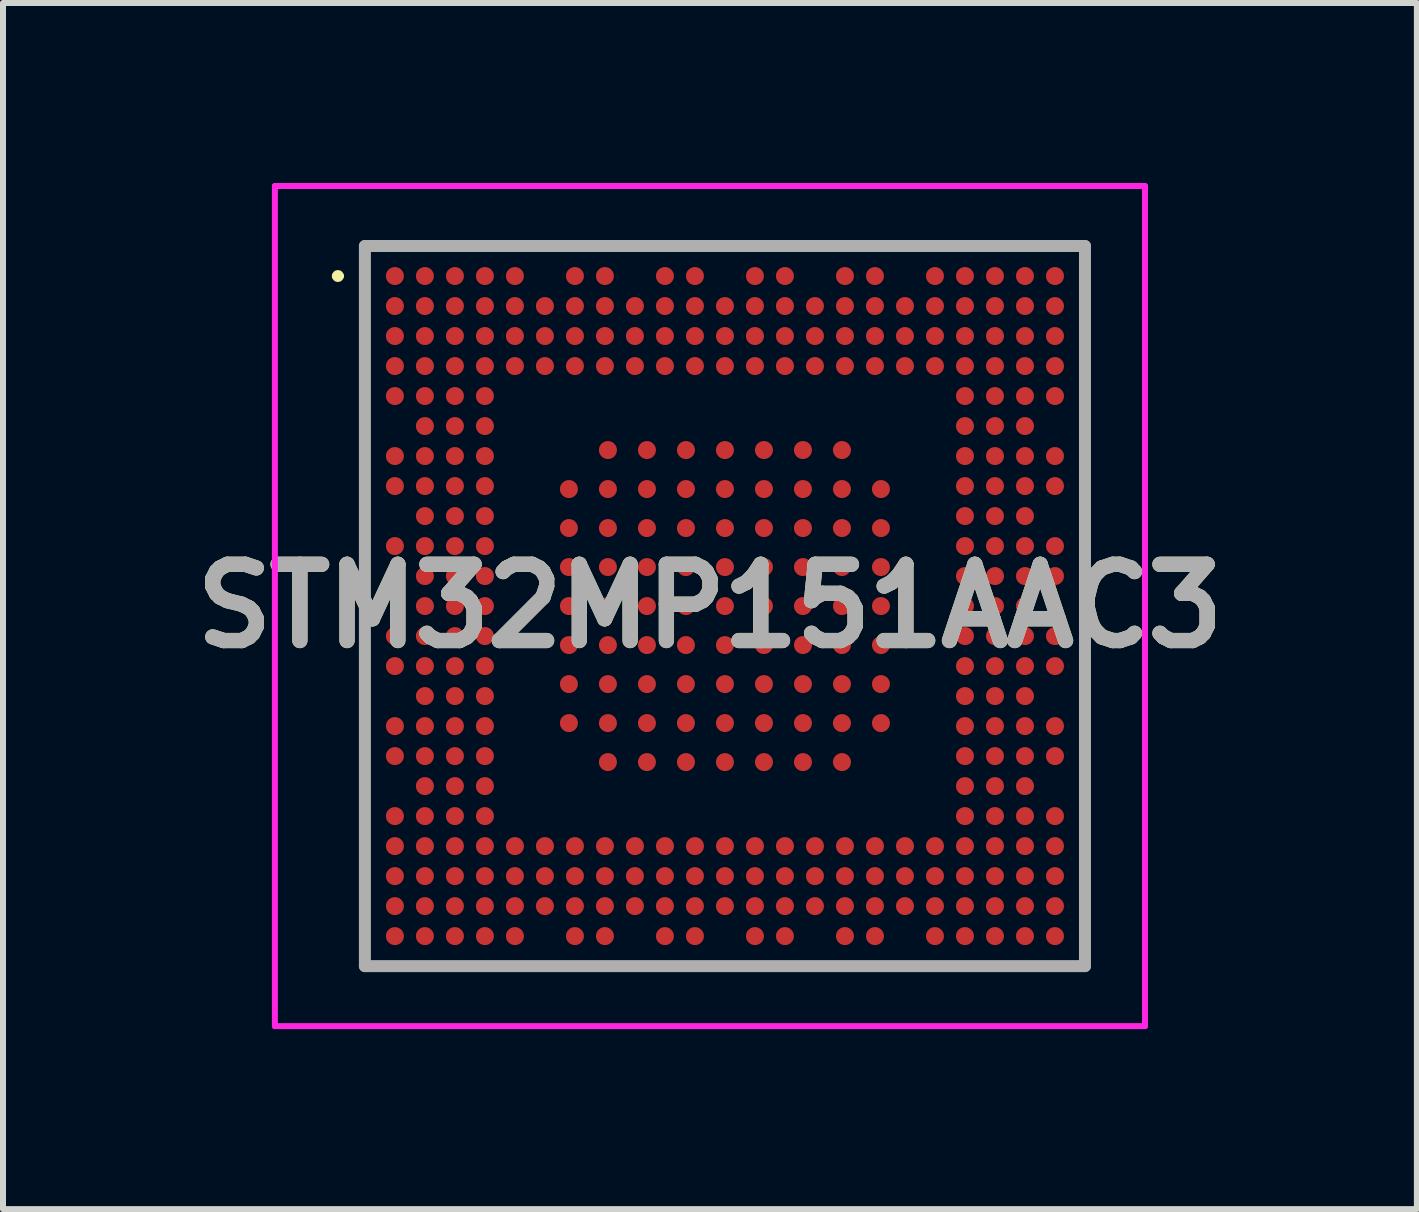
<source format=kicad_pcb>
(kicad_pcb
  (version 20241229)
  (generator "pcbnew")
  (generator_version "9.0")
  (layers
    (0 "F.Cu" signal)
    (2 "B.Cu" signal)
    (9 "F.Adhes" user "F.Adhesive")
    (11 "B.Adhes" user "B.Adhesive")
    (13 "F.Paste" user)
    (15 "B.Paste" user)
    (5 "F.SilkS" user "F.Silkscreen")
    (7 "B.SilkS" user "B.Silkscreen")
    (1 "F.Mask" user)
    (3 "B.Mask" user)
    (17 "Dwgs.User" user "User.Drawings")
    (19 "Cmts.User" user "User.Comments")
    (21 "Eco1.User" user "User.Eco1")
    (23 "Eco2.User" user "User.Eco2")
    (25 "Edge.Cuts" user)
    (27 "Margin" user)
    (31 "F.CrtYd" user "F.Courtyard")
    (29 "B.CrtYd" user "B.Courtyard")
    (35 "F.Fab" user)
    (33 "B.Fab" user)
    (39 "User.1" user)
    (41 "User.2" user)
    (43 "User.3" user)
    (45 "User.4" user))
  (footprint "STM32MP151AAC3"
    (layer "F.Cu")
    (at 9.031 7.05)
    (property "Reference" "STM32MP151AAC3" (at -0.25 0 0) (layer "F.SilkS") (effects (font (size 1.27 1.27) (thickness 0.254))))
    (attr smd)
    (fp_line (start -6.5 -5.5) (end -6.5 -5.5) (stroke (width 0.1) (type solid)) (layer "F.SilkS"))
    (fp_line (start -6.4 -5.5) (end -6.4 -5.5) (stroke (width 0.1) (type solid)) (layer "F.SilkS"))
    (fp_arc (start -6.5 -5.5) (mid -6.45 -5.55) (end -6.4 -5.5) (stroke (width 0.1) (type solid)) (layer "F.SilkS"))
    (fp_arc (start -6.4 -5.5) (mid -6.45 -5.45) (end -6.5 -5.5) (stroke (width 0.1) (type solid)) (layer "F.SilkS"))
    (fp_line (start -7.5 -7) (end -7.5 7) (stroke (width 0.1) (type solid)) (layer "F.CrtYd"))
    (fp_line (start -7.5 7) (end 7 7) (stroke (width 0.1) (type solid)) (layer "F.CrtYd"))
    (fp_line (start 7 -7) (end -7.5 -7) (stroke (width 0.1) (type solid)) (layer "F.CrtYd"))
    (fp_line (start 7 7) (end 7 -7) (stroke (width 0.1) (type solid)) (layer "F.CrtYd"))
    (fp_line (start -6 -6) (end -6 6) (stroke (width 0.2) (type solid)) (layer "F.Fab"))
    (fp_line (start -6 6) (end 6 6) (stroke (width 0.2) (type solid)) (layer "F.Fab"))
    (fp_line (start 6 -6) (end -6 -6) (stroke (width 0.2) (type solid)) (layer "F.Fab"))
    (fp_line (start 6 6) (end 6 -6) (stroke (width 0.2) (type solid)) (layer "F.Fab"))
    (fp_text user "${REFERENCE}" (at -0.25 0 0) (layer "F.Fab") (effects (font (size 1.27 1.27) (thickness 0.254))))
    (pad "A1" smd circle (at -5.5 -5.5 90) (size 0.3 0.3) (layers "F.Cu" "F.Mask" "F.Paste"))
    (pad "A2" smd circle (at -5 -5.5 90) (size 0.3 0.3) (layers "F.Cu" "F.Mask" "F.Paste"))
    (pad "A3" smd circle (at -4.5 -5.5 90) (size 0.3 0.3) (layers "F.Cu" "F.Mask" "F.Paste"))
    (pad "A4" smd circle (at -4 -5.5 90) (size 0.3 0.3) (layers "F.Cu" "F.Mask" "F.Paste"))
    (pad "A5" smd circle (at -3.5 -5.5 90) (size 0.3 0.3) (layers "F.Cu" "F.Mask" "F.Paste"))
    (pad "A7" smd circle (at -2.5 -5.5 90) (size 0.3 0.3) (layers "F.Cu" "F.Mask" "F.Paste"))
    (pad "A8" smd circle (at -2 -5.5 90) (size 0.3 0.3) (layers "F.Cu" "F.Mask" "F.Paste"))
    (pad "A10" smd circle (at -1 -5.5 90) (size 0.3 0.3) (layers "F.Cu" "F.Mask" "F.Paste"))
    (pad "A11" smd circle (at -0.5 -5.5 90) (size 0.3 0.3) (layers "F.Cu" "F.Mask" "F.Paste"))
    (pad "A13" smd circle (at 0.5 -5.5 90) (size 0.3 0.3) (layers "F.Cu" "F.Mask" "F.Paste"))
    (pad "A14" smd circle (at 1 -5.5 90) (size 0.3 0.3) (layers "F.Cu" "F.Mask" "F.Paste"))
    (pad "A16" smd circle (at 2 -5.5 90) (size 0.3 0.3) (layers "F.Cu" "F.Mask" "F.Paste"))
    (pad "A17" smd circle (at 2.5 -5.5 90) (size 0.3 0.3) (layers "F.Cu" "F.Mask" "F.Paste"))
    (pad "A19" smd circle (at 3.5 -5.5 90) (size 0.3 0.3) (layers "F.Cu" "F.Mask" "F.Paste"))
    (pad "A20" smd circle (at 4 -5.5 90) (size 0.3 0.3) (layers "F.Cu" "F.Mask" "F.Paste"))
    (pad "A21" smd circle (at 4.5 -5.5 90) (size 0.3 0.3) (layers "F.Cu" "F.Mask" "F.Paste"))
    (pad "A22" smd circle (at 5 -5.5 90) (size 0.3 0.3) (layers "F.Cu" "F.Mask" "F.Paste"))
    (pad "A23" smd circle (at 5.5 -5.5 90) (size 0.3 0.3) (layers "F.Cu" "F.Mask" "F.Paste"))
    (pad "AA1" smd circle (at -5.5 4.5 90) (size 0.3 0.3) (layers "F.Cu" "F.Mask" "F.Paste"))
    (pad "AA2" smd circle (at -5 4.5 90) (size 0.3 0.3) (layers "F.Cu" "F.Mask" "F.Paste"))
    (pad "AA3" smd circle (at -4.5 4.5 90) (size 0.3 0.3) (layers "F.Cu" "F.Mask" "F.Paste"))
    (pad "AA4" smd circle (at -4 4.5 90) (size 0.3 0.3) (layers "F.Cu" "F.Mask" "F.Paste"))
    (pad "AA5" smd circle (at -3.5 4.5 90) (size 0.3 0.3) (layers "F.Cu" "F.Mask" "F.Paste"))
    (pad "AA6" smd circle (at -3 4.5 90) (size 0.3 0.3) (layers "F.Cu" "F.Mask" "F.Paste"))
    (pad "AA7" smd circle (at -2.5 4.5 90) (size 0.3 0.3) (layers "F.Cu" "F.Mask" "F.Paste"))
    (pad "AA8" smd circle (at -2 4.5 90) (size 0.3 0.3) (layers "F.Cu" "F.Mask" "F.Paste"))
    (pad "AA9" smd circle (at -1.5 4.5 90) (size 0.3 0.3) (layers "F.Cu" "F.Mask" "F.Paste"))
    (pad "AA10" smd circle (at -1 4.5 90) (size 0.3 0.3) (layers "F.Cu" "F.Mask" "F.Paste"))
    (pad "AA11" smd circle (at -0.5 4.5 90) (size 0.3 0.3) (layers "F.Cu" "F.Mask" "F.Paste"))
    (pad "AA12" smd circle (at 0 4.5 90) (size 0.3 0.3) (layers "F.Cu" "F.Mask" "F.Paste"))
    (pad "AA13" smd circle (at 0.5 4.5 90) (size 0.3 0.3) (layers "F.Cu" "F.Mask" "F.Paste"))
    (pad "AA14" smd circle (at 1 4.5 90) (size 0.3 0.3) (layers "F.Cu" "F.Mask" "F.Paste"))
    (pad "AA15" smd circle (at 1.5 4.5 90) (size 0.3 0.3) (layers "F.Cu" "F.Mask" "F.Paste"))
    (pad "AA16" smd circle (at 2 4.5 90) (size 0.3 0.3) (layers "F.Cu" "F.Mask" "F.Paste"))
    (pad "AA17" smd circle (at 2.5 4.5 90) (size 0.3 0.3) (layers "F.Cu" "F.Mask" "F.Paste"))
    (pad "AA18" smd circle (at 3 4.5 90) (size 0.3 0.3) (layers "F.Cu" "F.Mask" "F.Paste"))
    (pad "AA19" smd circle (at 3.5 4.5 90) (size 0.3 0.3) (layers "F.Cu" "F.Mask" "F.Paste"))
    (pad "AA20" smd circle (at 4 4.5 90) (size 0.3 0.3) (layers "F.Cu" "F.Mask" "F.Paste"))
    (pad "AA21" smd circle (at 4.5 4.5 90) (size 0.3 0.3) (layers "F.Cu" "F.Mask" "F.Paste"))
    (pad "AA22" smd circle (at 5 4.5 90) (size 0.3 0.3) (layers "F.Cu" "F.Mask" "F.Paste"))
    (pad "AA23" smd circle (at 5.5 4.5 90) (size 0.3 0.3) (layers "F.Cu" "F.Mask" "F.Paste"))
    (pad "AB1" smd circle (at -5.5 5 90) (size 0.3 0.3) (layers "F.Cu" "F.Mask" "F.Paste"))
    (pad "AB2" smd circle (at -5 5 90) (size 0.3 0.3) (layers "F.Cu" "F.Mask" "F.Paste"))
    (pad "AB3" smd circle (at -4.5 5 90) (size 0.3 0.3) (layers "F.Cu" "F.Mask" "F.Paste"))
    (pad "AB4" smd circle (at -4 5 90) (size 0.3 0.3) (layers "F.Cu" "F.Mask" "F.Paste"))
    (pad "AB5" smd circle (at -3.5 5 90) (size 0.3 0.3) (layers "F.Cu" "F.Mask" "F.Paste"))
    (pad "AB6" smd circle (at -3 5 90) (size 0.3 0.3) (layers "F.Cu" "F.Mask" "F.Paste"))
    (pad "AB7" smd circle (at -2.5 5 90) (size 0.3 0.3) (layers "F.Cu" "F.Mask" "F.Paste"))
    (pad "AB8" smd circle (at -2 5 90) (size 0.3 0.3) (layers "F.Cu" "F.Mask" "F.Paste"))
    (pad "AB9" smd circle (at -1.5 5 90) (size 0.3 0.3) (layers "F.Cu" "F.Mask" "F.Paste"))
    (pad "AB10" smd circle (at -1 5 90) (size 0.3 0.3) (layers "F.Cu" "F.Mask" "F.Paste"))
    (pad "AB11" smd circle (at -0.5 5 90) (size 0.3 0.3) (layers "F.Cu" "F.Mask" "F.Paste"))
    (pad "AB12" smd circle (at 0 5 90) (size 0.3 0.3) (layers "F.Cu" "F.Mask" "F.Paste"))
    (pad "AB13" smd circle (at 0.5 5 90) (size 0.3 0.3) (layers "F.Cu" "F.Mask" "F.Paste"))
    (pad "AB14" smd circle (at 1 5 90) (size 0.3 0.3) (layers "F.Cu" "F.Mask" "F.Paste"))
    (pad "AB15" smd circle (at 1.5 5 90) (size 0.3 0.3) (layers "F.Cu" "F.Mask" "F.Paste"))
    (pad "AB16" smd circle (at 2 5 90) (size 0.3 0.3) (layers "F.Cu" "F.Mask" "F.Paste"))
    (pad "AB17" smd circle (at 2.5 5 90) (size 0.3 0.3) (layers "F.Cu" "F.Mask" "F.Paste"))
    (pad "AB18" smd circle (at 3 5 90) (size 0.3 0.3) (layers "F.Cu" "F.Mask" "F.Paste"))
    (pad "AB19" smd circle (at 3.5 5 90) (size 0.3 0.3) (layers "F.Cu" "F.Mask" "F.Paste"))
    (pad "AB20" smd circle (at 4 5 90) (size 0.3 0.3) (layers "F.Cu" "F.Mask" "F.Paste"))
    (pad "AB21" smd circle (at 4.5 5 90) (size 0.3 0.3) (layers "F.Cu" "F.Mask" "F.Paste"))
    (pad "AB22" smd circle (at 5 5 90) (size 0.3 0.3) (layers "F.Cu" "F.Mask" "F.Paste"))
    (pad "AB23" smd circle (at 5.5 5 90) (size 0.3 0.3) (layers "F.Cu" "F.Mask" "F.Paste"))
    (pad "AC1" smd circle (at -5.5 5.5 90) (size 0.3 0.3) (layers "F.Cu" "F.Mask" "F.Paste"))
    (pad "AC2" smd circle (at -5 5.5 90) (size 0.3 0.3) (layers "F.Cu" "F.Mask" "F.Paste"))
    (pad "AC3" smd circle (at -4.5 5.5 90) (size 0.3 0.3) (layers "F.Cu" "F.Mask" "F.Paste"))
    (pad "AC4" smd circle (at -4 5.5 90) (size 0.3 0.3) (layers "F.Cu" "F.Mask" "F.Paste"))
    (pad "AC5" smd circle (at -3.5 5.5 90) (size 0.3 0.3) (layers "F.Cu" "F.Mask" "F.Paste"))
    (pad "AC7" smd circle (at -2.5 5.5 90) (size 0.3 0.3) (layers "F.Cu" "F.Mask" "F.Paste"))
    (pad "AC8" smd circle (at -2 5.5 90) (size 0.3 0.3) (layers "F.Cu" "F.Mask" "F.Paste"))
    (pad "AC10" smd circle (at -1 5.5 90) (size 0.3 0.3) (layers "F.Cu" "F.Mask" "F.Paste"))
    (pad "AC11" smd circle (at -0.5 5.5 90) (size 0.3 0.3) (layers "F.Cu" "F.Mask" "F.Paste"))
    (pad "AC13" smd circle (at 0.5 5.5 90) (size 0.3 0.3) (layers "F.Cu" "F.Mask" "F.Paste"))
    (pad "AC14" smd circle (at 1 5.5 90) (size 0.3 0.3) (layers "F.Cu" "F.Mask" "F.Paste"))
    (pad "AC16" smd circle (at 2 5.5 90) (size 0.3 0.3) (layers "F.Cu" "F.Mask" "F.Paste"))
    (pad "AC17" smd circle (at 2.5 5.5 90) (size 0.3 0.3) (layers "F.Cu" "F.Mask" "F.Paste"))
    (pad "AC19" smd circle (at 3.5 5.5 90) (size 0.3 0.3) (layers "F.Cu" "F.Mask" "F.Paste"))
    (pad "AC20" smd circle (at 4 5.5 90) (size 0.3 0.3) (layers "F.Cu" "F.Mask" "F.Paste"))
    (pad "AC21" smd circle (at 4.5 5.5 90) (size 0.3 0.3) (layers "F.Cu" "F.Mask" "F.Paste"))
    (pad "AC22" smd circle (at 5 5.5 90) (size 0.3 0.3) (layers "F.Cu" "F.Mask" "F.Paste"))
    (pad "AC23" smd circle (at 5.5 5.5 90) (size 0.3 0.3) (layers "F.Cu" "F.Mask" "F.Paste"))
    (pad "B1" smd circle (at -5.5 -5 90) (size 0.3 0.3) (layers "F.Cu" "F.Mask" "F.Paste"))
    (pad "B2" smd circle (at -5 -5 90) (size 0.3 0.3) (layers "F.Cu" "F.Mask" "F.Paste"))
    (pad "B3" smd circle (at -4.5 -5 90) (size 0.3 0.3) (layers "F.Cu" "F.Mask" "F.Paste"))
    (pad "B4" smd circle (at -4 -5 90) (size 0.3 0.3) (layers "F.Cu" "F.Mask" "F.Paste"))
    (pad "B5" smd circle (at -3.5 -5 90) (size 0.3 0.3) (layers "F.Cu" "F.Mask" "F.Paste"))
    (pad "B6" smd circle (at -3 -5 90) (size 0.3 0.3) (layers "F.Cu" "F.Mask" "F.Paste"))
    (pad "B7" smd circle (at -2.5 -5 90) (size 0.3 0.3) (layers "F.Cu" "F.Mask" "F.Paste"))
    (pad "B8" smd circle (at -2 -5 90) (size 0.3 0.3) (layers "F.Cu" "F.Mask" "F.Paste"))
    (pad "B9" smd circle (at -1.5 -5 90) (size 0.3 0.3) (layers "F.Cu" "F.Mask" "F.Paste"))
    (pad "B10" smd circle (at -1 -5 90) (size 0.3 0.3) (layers "F.Cu" "F.Mask" "F.Paste"))
    (pad "B11" smd circle (at -0.5 -5 90) (size 0.3 0.3) (layers "F.Cu" "F.Mask" "F.Paste"))
    (pad "B12" smd circle (at 0 -5 90) (size 0.3 0.3) (layers "F.Cu" "F.Mask" "F.Paste"))
    (pad "B13" smd circle (at 0.5 -5 90) (size 0.3 0.3) (layers "F.Cu" "F.Mask" "F.Paste"))
    (pad "B14" smd circle (at 1 -5 90) (size 0.3 0.3) (layers "F.Cu" "F.Mask" "F.Paste"))
    (pad "B15" smd circle (at 1.5 -5 90) (size 0.3 0.3) (layers "F.Cu" "F.Mask" "F.Paste"))
    (pad "B16" smd circle (at 2 -5 90) (size 0.3 0.3) (layers "F.Cu" "F.Mask" "F.Paste"))
    (pad "B17" smd circle (at 2.5 -5 90) (size 0.3 0.3) (layers "F.Cu" "F.Mask" "F.Paste"))
    (pad "B18" smd circle (at 3 -5 90) (size 0.3 0.3) (layers "F.Cu" "F.Mask" "F.Paste"))
    (pad "B19" smd circle (at 3.5 -5 90) (size 0.3 0.3) (layers "F.Cu" "F.Mask" "F.Paste"))
    (pad "B20" smd circle (at 4 -5 90) (size 0.3 0.3) (layers "F.Cu" "F.Mask" "F.Paste"))
    (pad "B21" smd circle (at 4.5 -5 90) (size 0.3 0.3) (layers "F.Cu" "F.Mask" "F.Paste"))
    (pad "B22" smd circle (at 5 -5 90) (size 0.3 0.3) (layers "F.Cu" "F.Mask" "F.Paste"))
    (pad "B23" smd circle (at 5.5 -5 90) (size 0.3 0.3) (layers "F.Cu" "F.Mask" "F.Paste"))
    (pad "C1" smd circle (at -5.5 -4.5 90) (size 0.3 0.3) (layers "F.Cu" "F.Mask" "F.Paste"))
    (pad "C2" smd circle (at -5 -4.5 90) (size 0.3 0.3) (layers "F.Cu" "F.Mask" "F.Paste"))
    (pad "C3" smd circle (at -4.5 -4.5 90) (size 0.3 0.3) (layers "F.Cu" "F.Mask" "F.Paste"))
    (pad "C4" smd circle (at -4 -4.5 90) (size 0.3 0.3) (layers "F.Cu" "F.Mask" "F.Paste"))
    (pad "C5" smd circle (at -3.5 -4.5 90) (size 0.3 0.3) (layers "F.Cu" "F.Mask" "F.Paste"))
    (pad "C6" smd circle (at -3 -4.5 90) (size 0.3 0.3) (layers "F.Cu" "F.Mask" "F.Paste"))
    (pad "C7" smd circle (at -2.5 -4.5 90) (size 0.3 0.3) (layers "F.Cu" "F.Mask" "F.Paste"))
    (pad "C8" smd circle (at -2 -4.5 90) (size 0.3 0.3) (layers "F.Cu" "F.Mask" "F.Paste"))
    (pad "C9" smd circle (at -1.5 -4.5 90) (size 0.3 0.3) (layers "F.Cu" "F.Mask" "F.Paste"))
    (pad "C10" smd circle (at -1 -4.5 90) (size 0.3 0.3) (layers "F.Cu" "F.Mask" "F.Paste"))
    (pad "C11" smd circle (at -0.5 -4.5 90) (size 0.3 0.3) (layers "F.Cu" "F.Mask" "F.Paste"))
    (pad "C12" smd circle (at 0 -4.5 90) (size 0.3 0.3) (layers "F.Cu" "F.Mask" "F.Paste"))
    (pad "C13" smd circle (at 0.5 -4.5 90) (size 0.3 0.3) (layers "F.Cu" "F.Mask" "F.Paste"))
    (pad "C14" smd circle (at 1 -4.5 90) (size 0.3 0.3) (layers "F.Cu" "F.Mask" "F.Paste"))
    (pad "C15" smd circle (at 1.5 -4.5 90) (size 0.3 0.3) (layers "F.Cu" "F.Mask" "F.Paste"))
    (pad "C16" smd circle (at 2 -4.5 90) (size 0.3 0.3) (layers "F.Cu" "F.Mask" "F.Paste"))
    (pad "C17" smd circle (at 2.5 -4.5 90) (size 0.3 0.3) (layers "F.Cu" "F.Mask" "F.Paste"))
    (pad "C18" smd circle (at 3 -4.5 90) (size 0.3 0.3) (layers "F.Cu" "F.Mask" "F.Paste"))
    (pad "C19" smd circle (at 3.5 -4.5 90) (size 0.3 0.3) (layers "F.Cu" "F.Mask" "F.Paste"))
    (pad "C20" smd circle (at 4 -4.5 90) (size 0.3 0.3) (layers "F.Cu" "F.Mask" "F.Paste"))
    (pad "C21" smd circle (at 4.5 -4.5 90) (size 0.3 0.3) (layers "F.Cu" "F.Mask" "F.Paste"))
    (pad "C22" smd circle (at 5 -4.5 90) (size 0.3 0.3) (layers "F.Cu" "F.Mask" "F.Paste"))
    (pad "C23" smd circle (at 5.5 -4.5 90) (size 0.3 0.3) (layers "F.Cu" "F.Mask" "F.Paste"))
    (pad "D1" smd circle (at -5.5 -4 90) (size 0.3 0.3) (layers "F.Cu" "F.Mask" "F.Paste"))
    (pad "D2" smd circle (at -5 -4 90) (size 0.3 0.3) (layers "F.Cu" "F.Mask" "F.Paste"))
    (pad "D3" smd circle (at -4.5 -4 90) (size 0.3 0.3) (layers "F.Cu" "F.Mask" "F.Paste"))
    (pad "D4" smd circle (at -4 -4 90) (size 0.3 0.3) (layers "F.Cu" "F.Mask" "F.Paste"))
    (pad "D5" smd circle (at -3.5 -4 90) (size 0.3 0.3) (layers "F.Cu" "F.Mask" "F.Paste"))
    (pad "D6" smd circle (at -3 -4 90) (size 0.3 0.3) (layers "F.Cu" "F.Mask" "F.Paste"))
    (pad "D7" smd circle (at -2.5 -4 90) (size 0.3 0.3) (layers "F.Cu" "F.Mask" "F.Paste"))
    (pad "D8" smd circle (at -2 -4 90) (size 0.3 0.3) (layers "F.Cu" "F.Mask" "F.Paste"))
    (pad "D9" smd circle (at -1.5 -4 90) (size 0.3 0.3) (layers "F.Cu" "F.Mask" "F.Paste"))
    (pad "D10" smd circle (at -1 -4 90) (size 0.3 0.3) (layers "F.Cu" "F.Mask" "F.Paste"))
    (pad "D11" smd circle (at -0.5 -4 90) (size 0.3 0.3) (layers "F.Cu" "F.Mask" "F.Paste"))
    (pad "D12" smd circle (at 0 -4 90) (size 0.3 0.3) (layers "F.Cu" "F.Mask" "F.Paste"))
    (pad "D13" smd circle (at 0.5 -4 90) (size 0.3 0.3) (layers "F.Cu" "F.Mask" "F.Paste"))
    (pad "D14" smd circle (at 1 -4 90) (size 0.3 0.3) (layers "F.Cu" "F.Mask" "F.Paste"))
    (pad "D15" smd circle (at 1.5 -4 90) (size 0.3 0.3) (layers "F.Cu" "F.Mask" "F.Paste"))
    (pad "D16" smd circle (at 2 -4 90) (size 0.3 0.3) (layers "F.Cu" "F.Mask" "F.Paste"))
    (pad "D17" smd circle (at 2.5 -4 90) (size 0.3 0.3) (layers "F.Cu" "F.Mask" "F.Paste"))
    (pad "D18" smd circle (at 3 -4 90) (size 0.3 0.3) (layers "F.Cu" "F.Mask" "F.Paste"))
    (pad "D19" smd circle (at 3.5 -4 90) (size 0.3 0.3) (layers "F.Cu" "F.Mask" "F.Paste"))
    (pad "D20" smd circle (at 4 -4 90) (size 0.3 0.3) (layers "F.Cu" "F.Mask" "F.Paste"))
    (pad "D21" smd circle (at 4.5 -4 90) (size 0.3 0.3) (layers "F.Cu" "F.Mask" "F.Paste"))
    (pad "D22" smd circle (at 5 -4 90) (size 0.3 0.3) (layers "F.Cu" "F.Mask" "F.Paste"))
    (pad "D23" smd circle (at 5.5 -4 90) (size 0.3 0.3) (layers "F.Cu" "F.Mask" "F.Paste"))
    (pad "E1" smd circle (at -5.5 -3.5 90) (size 0.3 0.3) (layers "F.Cu" "F.Mask" "F.Paste"))
    (pad "E2" smd circle (at -5 -3.5 90) (size 0.3 0.3) (layers "F.Cu" "F.Mask" "F.Paste"))
    (pad "E3" smd circle (at -4.5 -3.5 90) (size 0.3 0.3) (layers "F.Cu" "F.Mask" "F.Paste"))
    (pad "E4" smd circle (at -4 -3.5 90) (size 0.3 0.3) (layers "F.Cu" "F.Mask" "F.Paste"))
    (pad "E20" smd circle (at 4 -3.5 90) (size 0.3 0.3) (layers "F.Cu" "F.Mask" "F.Paste"))
    (pad "E21" smd circle (at 4.5 -3.5 90) (size 0.3 0.3) (layers "F.Cu" "F.Mask" "F.Paste"))
    (pad "E22" smd circle (at 5 -3.5 90) (size 0.3 0.3) (layers "F.Cu" "F.Mask" "F.Paste"))
    (pad "E23" smd circle (at 5.5 -3.5 90) (size 0.3 0.3) (layers "F.Cu" "F.Mask" "F.Paste"))
    (pad "F2" smd circle (at -5 -3 90) (size 0.3 0.3) (layers "F.Cu" "F.Mask" "F.Paste"))
    (pad "F3" smd circle (at -4.5 -3 90) (size 0.3 0.3) (layers "F.Cu" "F.Mask" "F.Paste"))
    (pad "F4" smd circle (at -4 -3 90) (size 0.3 0.3) (layers "F.Cu" "F.Mask" "F.Paste"))
    (pad "F20" smd circle (at 4 -3 90) (size 0.3 0.3) (layers "F.Cu" "F.Mask" "F.Paste"))
    (pad "F21" smd circle (at 4.5 -3 90) (size 0.3 0.3) (layers "F.Cu" "F.Mask" "F.Paste"))
    (pad "F22" smd circle (at 5 -3 90) (size 0.3 0.3) (layers "F.Cu" "F.Mask" "F.Paste"))
    (pad "G1" smd circle (at -5.5 -2.5 90) (size 0.3 0.3) (layers "F.Cu" "F.Mask" "F.Paste"))
    (pad "G2" smd circle (at -5 -2.5 90) (size 0.3 0.3) (layers "F.Cu" "F.Mask" "F.Paste"))
    (pad "G3" smd circle (at -4.5 -2.5 90) (size 0.3 0.3) (layers "F.Cu" "F.Mask" "F.Paste"))
    (pad "G4" smd circle (at -4 -2.5 90) (size 0.3 0.3) (layers "F.Cu" "F.Mask" "F.Paste"))
    (pad "G20" smd circle (at 4 -2.5 90) (size 0.3 0.3) (layers "F.Cu" "F.Mask" "F.Paste"))
    (pad "G21" smd circle (at 4.5 -2.5 90) (size 0.3 0.3) (layers "F.Cu" "F.Mask" "F.Paste"))
    (pad "G22" smd circle (at 5 -2.5 90) (size 0.3 0.3) (layers "F.Cu" "F.Mask" "F.Paste"))
    (pad "G23" smd circle (at 5.5 -2.5 90) (size 0.3 0.3) (layers "F.Cu" "F.Mask" "F.Paste"))
    (pad "H1" smd circle (at -5.5 -2 90) (size 0.3 0.3) (layers "F.Cu" "F.Mask" "F.Paste"))
    (pad "H2" smd circle (at -5 -2 90) (size 0.3 0.3) (layers "F.Cu" "F.Mask" "F.Paste"))
    (pad "H3" smd circle (at -4.5 -2 90) (size 0.3 0.3) (layers "F.Cu" "F.Mask" "F.Paste"))
    (pad "H4" smd circle (at -4 -2 90) (size 0.3 0.3) (layers "F.Cu" "F.Mask" "F.Paste"))
    (pad "H20" smd circle (at 4 -2 90) (size 0.3 0.3) (layers "F.Cu" "F.Mask" "F.Paste"))
    (pad "H21" smd circle (at 4.5 -2 90) (size 0.3 0.3) (layers "F.Cu" "F.Mask" "F.Paste"))
    (pad "H22" smd circle (at 5 -2 90) (size 0.3 0.3) (layers "F.Cu" "F.Mask" "F.Paste"))
    (pad "H23" smd circle (at 5.5 -2 90) (size 0.3 0.3) (layers "F.Cu" "F.Mask" "F.Paste"))
    (pad "J2" smd circle (at -5 -1.5 90) (size 0.3 0.3) (layers "F.Cu" "F.Mask" "F.Paste"))
    (pad "J3" smd circle (at -4.5 -1.5 90) (size 0.3 0.3) (layers "F.Cu" "F.Mask" "F.Paste"))
    (pad "J4" smd circle (at -4 -1.5 90) (size 0.3 0.3) (layers "F.Cu" "F.Mask" "F.Paste"))
    (pad "J20" smd circle (at 4 -1.5 90) (size 0.3 0.3) (layers "F.Cu" "F.Mask" "F.Paste"))
    (pad "J21" smd circle (at 4.5 -1.5 90) (size 0.3 0.3) (layers "F.Cu" "F.Mask" "F.Paste"))
    (pad "J22" smd circle (at 5 -1.5 90) (size 0.3 0.3) (layers "F.Cu" "F.Mask" "F.Paste"))
    (pad "K1" smd circle (at -5.5 -1 90) (size 0.3 0.3) (layers "F.Cu" "F.Mask" "F.Paste"))
    (pad "K2" smd circle (at -5 -1 90) (size 0.3 0.3) (layers "F.Cu" "F.Mask" "F.Paste"))
    (pad "K3" smd circle (at -4.5 -1 90) (size 0.3 0.3) (layers "F.Cu" "F.Mask" "F.Paste"))
    (pad "K4" smd circle (at -4 -1 90) (size 0.3 0.3) (layers "F.Cu" "F.Mask" "F.Paste"))
    (pad "K20" smd circle (at 4 -1 90) (size 0.3 0.3) (layers "F.Cu" "F.Mask" "F.Paste"))
    (pad "K21" smd circle (at 4.5 -1 90) (size 0.3 0.3) (layers "F.Cu" "F.Mask" "F.Paste"))
    (pad "K22" smd circle (at 5 -1 90) (size 0.3 0.3) (layers "F.Cu" "F.Mask" "F.Paste"))
    (pad "K23" smd circle (at 5.5 -1 90) (size 0.3 0.3) (layers "F.Cu" "F.Mask" "F.Paste"))
    (pad "L1" smd circle (at -5.5 -0.5 90) (size 0.3 0.3) (layers "F.Cu" "F.Mask" "F.Paste"))
    (pad "L2" smd circle (at -5 -0.5 90) (size 0.3 0.3) (layers "F.Cu" "F.Mask" "F.Paste"))
    (pad "L3" smd circle (at -4.5 -0.5 90) (size 0.3 0.3) (layers "F.Cu" "F.Mask" "F.Paste"))
    (pad "L4" smd circle (at -4 -0.5 90) (size 0.3 0.3) (layers "F.Cu" "F.Mask" "F.Paste"))
    (pad "L20" smd circle (at 4 -0.5 90) (size 0.3 0.3) (layers "F.Cu" "F.Mask" "F.Paste"))
    (pad "L21" smd circle (at 4.5 -0.5 90) (size 0.3 0.3) (layers "F.Cu" "F.Mask" "F.Paste"))
    (pad "L22" smd circle (at 5 -0.5 90) (size 0.3 0.3) (layers "F.Cu" "F.Mask" "F.Paste"))
    (pad "L23" smd circle (at 5.5 -0.5 90) (size 0.3 0.3) (layers "F.Cu" "F.Mask" "F.Paste"))
    (pad "M2" smd circle (at -5 0 90) (size 0.3 0.3) (layers "F.Cu" "F.Mask" "F.Paste"))
    (pad "M3" smd circle (at -4.5 0 90) (size 0.3 0.3) (layers "F.Cu" "F.Mask" "F.Paste"))
    (pad "M4" smd circle (at -4 0 90) (size 0.3 0.3) (layers "F.Cu" "F.Mask" "F.Paste"))
    (pad "M20" smd circle (at 4 0 90) (size 0.3 0.3) (layers "F.Cu" "F.Mask" "F.Paste"))
    (pad "M21" smd circle (at 4.5 0 90) (size 0.3 0.3) (layers "F.Cu" "F.Mask" "F.Paste"))
    (pad "M22" smd circle (at 5 0 90) (size 0.3 0.3) (layers "F.Cu" "F.Mask" "F.Paste"))
    (pad "N1" smd circle (at -5.5 0.5 90) (size 0.3 0.3) (layers "F.Cu" "F.Mask" "F.Paste"))
    (pad "N2" smd circle (at -5 0.5 90) (size 0.3 0.3) (layers "F.Cu" "F.Mask" "F.Paste"))
    (pad "N3" smd circle (at -4.5 0.5 90) (size 0.3 0.3) (layers "F.Cu" "F.Mask" "F.Paste"))
    (pad "N4" smd circle (at -4 0.5 90) (size 0.3 0.3) (layers "F.Cu" "F.Mask" "F.Paste"))
    (pad "N20" smd circle (at 4 0.5 90) (size 0.3 0.3) (layers "F.Cu" "F.Mask" "F.Paste"))
    (pad "N21" smd circle (at 4.5 0.5 90) (size 0.3 0.3) (layers "F.Cu" "F.Mask" "F.Paste"))
    (pad "N22" smd circle (at 5 0.5 90) (size 0.3 0.3) (layers "F.Cu" "F.Mask" "F.Paste"))
    (pad "N23" smd circle (at 5.5 0.5 90) (size 0.3 0.3) (layers "F.Cu" "F.Mask" "F.Paste"))
    (pad "P1" smd circle (at -5.5 1 90) (size 0.3 0.3) (layers "F.Cu" "F.Mask" "F.Paste"))
    (pad "P2" smd circle (at -5 1 90) (size 0.3 0.3) (layers "F.Cu" "F.Mask" "F.Paste"))
    (pad "P3" smd circle (at -4.5 1 90) (size 0.3 0.3) (layers "F.Cu" "F.Mask" "F.Paste"))
    (pad "P4" smd circle (at -4 1 90) (size 0.3 0.3) (layers "F.Cu" "F.Mask" "F.Paste"))
    (pad "P20" smd circle (at 4 1 90) (size 0.3 0.3) (layers "F.Cu" "F.Mask" "F.Paste"))
    (pad "P21" smd circle (at 4.5 1 90) (size 0.3 0.3) (layers "F.Cu" "F.Mask" "F.Paste"))
    (pad "P22" smd circle (at 5 1 90) (size 0.3 0.3) (layers "F.Cu" "F.Mask" "F.Paste"))
    (pad "P23" smd circle (at 5.5 1 90) (size 0.3 0.3) (layers "F.Cu" "F.Mask" "F.Paste"))
    (pad "PA2" smd circle (at -1.95 -2.6 90) (size 0.3 0.3) (layers "F.Cu" "F.Mask" "F.Paste"))
    (pad "PA3" smd circle (at -1.3 -2.6 90) (size 0.3 0.3) (layers "F.Cu" "F.Mask" "F.Paste"))
    (pad "PA4" smd circle (at -0.65 -2.6 90) (size 0.3 0.3) (layers "F.Cu" "F.Mask" "F.Paste"))
    (pad "PA5" smd circle (at 0 -2.6 90) (size 0.3 0.3) (layers "F.Cu" "F.Mask" "F.Paste"))
    (pad "PA6" smd circle (at 0.65 -2.6 90) (size 0.3 0.3) (layers "F.Cu" "F.Mask" "F.Paste"))
    (pad "PA7" smd circle (at 1.3 -2.6 90) (size 0.3 0.3) (layers "F.Cu" "F.Mask" "F.Paste"))
    (pad "PA8" smd circle (at 1.95 -2.6 90) (size 0.3 0.3) (layers "F.Cu" "F.Mask" "F.Paste"))
    (pad "PB1" smd circle (at -2.6 -1.95 90) (size 0.3 0.3) (layers "F.Cu" "F.Mask" "F.Paste"))
    (pad "PB2" smd circle (at -1.95 -1.95 90) (size 0.3 0.3) (layers "F.Cu" "F.Mask" "F.Paste"))
    (pad "PB3" smd circle (at -1.3 -1.95 90) (size 0.3 0.3) (layers "F.Cu" "F.Mask" "F.Paste"))
    (pad "PB4" smd circle (at -0.65 -1.95 90) (size 0.3 0.3) (layers "F.Cu" "F.Mask" "F.Paste"))
    (pad "PB5" smd circle (at 0 -1.95 90) (size 0.3 0.3) (layers "F.Cu" "F.Mask" "F.Paste"))
    (pad "PB6" smd circle (at 0.65 -1.95 90) (size 0.3 0.3) (layers "F.Cu" "F.Mask" "F.Paste"))
    (pad "PB7" smd circle (at 1.3 -1.95 90) (size 0.3 0.3) (layers "F.Cu" "F.Mask" "F.Paste"))
    (pad "PB8" smd circle (at 1.95 -1.95 90) (size 0.3 0.3) (layers "F.Cu" "F.Mask" "F.Paste"))
    (pad "PB9" smd circle (at 2.6 -1.95 90) (size 0.3 0.3) (layers "F.Cu" "F.Mask" "F.Paste"))
    (pad "PC1" smd circle (at -2.6 -1.3 90) (size 0.3 0.3) (layers "F.Cu" "F.Mask" "F.Paste"))
    (pad "PC2" smd circle (at -1.95 -1.3 90) (size 0.3 0.3) (layers "F.Cu" "F.Mask" "F.Paste"))
    (pad "PC3" smd circle (at -1.3 -1.3 90) (size 0.3 0.3) (layers "F.Cu" "F.Mask" "F.Paste"))
    (pad "PC4" smd circle (at -0.65 -1.3 90) (size 0.3 0.3) (layers "F.Cu" "F.Mask" "F.Paste"))
    (pad "PC5" smd circle (at 0 -1.3 90) (size 0.3 0.3) (layers "F.Cu" "F.Mask" "F.Paste"))
    (pad "PC6" smd circle (at 0.65 -1.3 90) (size 0.3 0.3) (layers "F.Cu" "F.Mask" "F.Paste"))
    (pad "PC7" smd circle (at 1.3 -1.3 90) (size 0.3 0.3) (layers "F.Cu" "F.Mask" "F.Paste"))
    (pad "PC8" smd circle (at 1.95 -1.3 90) (size 0.3 0.3) (layers "F.Cu" "F.Mask" "F.Paste"))
    (pad "PC9" smd circle (at 2.6 -1.3 90) (size 0.3 0.3) (layers "F.Cu" "F.Mask" "F.Paste"))
    (pad "PD1" smd circle (at -2.6 -0.65 90) (size 0.3 0.3) (layers "F.Cu" "F.Mask" "F.Paste"))
    (pad "PD2" smd circle (at -1.95 -0.65 90) (size 0.3 0.3) (layers "F.Cu" "F.Mask" "F.Paste"))
    (pad "PD3" smd circle (at -1.3 -0.65 90) (size 0.3 0.3) (layers "F.Cu" "F.Mask" "F.Paste"))
    (pad "PD4" smd circle (at -0.65 -0.65 90) (size 0.3 0.3) (layers "F.Cu" "F.Mask" "F.Paste"))
    (pad "PD5" smd circle (at 0 -0.65 90) (size 0.3 0.3) (layers "F.Cu" "F.Mask" "F.Paste"))
    (pad "PD6" smd circle (at 0.65 -0.65 90) (size 0.3 0.3) (layers "F.Cu" "F.Mask" "F.Paste"))
    (pad "PD7" smd circle (at 1.3 -0.65 90) (size 0.3 0.3) (layers "F.Cu" "F.Mask" "F.Paste"))
    (pad "PD8" smd circle (at 1.95 -0.65 90) (size 0.3 0.3) (layers "F.Cu" "F.Mask" "F.Paste"))
    (pad "PD9" smd circle (at 2.6 -0.65 90) (size 0.3 0.3) (layers "F.Cu" "F.Mask" "F.Paste"))
    (pad "PE1" smd circle (at -2.6 0 90) (size 0.3 0.3) (layers "F.Cu" "F.Mask" "F.Paste"))
    (pad "PE2" smd circle (at -1.95 0 90) (size 0.3 0.3) (layers "F.Cu" "F.Mask" "F.Paste"))
    (pad "PE3" smd circle (at -1.3 0 90) (size 0.3 0.3) (layers "F.Cu" "F.Mask" "F.Paste"))
    (pad "PE4" smd circle (at -0.65 0 90) (size 0.3 0.3) (layers "F.Cu" "F.Mask" "F.Paste"))
    (pad "PE5" smd circle (at 0 0 90) (size 0.3 0.3) (layers "F.Cu" "F.Mask" "F.Paste"))
    (pad "PE6" smd circle (at 0.65 0 90) (size 0.3 0.3) (layers "F.Cu" "F.Mask" "F.Paste"))
    (pad "PE7" smd circle (at 1.3 0 90) (size 0.3 0.3) (layers "F.Cu" "F.Mask" "F.Paste"))
    (pad "PE8" smd circle (at 1.95 0 90) (size 0.3 0.3) (layers "F.Cu" "F.Mask" "F.Paste"))
    (pad "PE9" smd circle (at 2.6 0 90) (size 0.3 0.3) (layers "F.Cu" "F.Mask" "F.Paste"))
    (pad "PF1" smd circle (at -2.6 0.65 90) (size 0.3 0.3) (layers "F.Cu" "F.Mask" "F.Paste"))
    (pad "PF2" smd circle (at -1.95 0.65 90) (size 0.3 0.3) (layers "F.Cu" "F.Mask" "F.Paste"))
    (pad "PF3" smd circle (at -1.3 0.65 90) (size 0.3 0.3) (layers "F.Cu" "F.Mask" "F.Paste"))
    (pad "PF4" smd circle (at -0.65 0.65 90) (size 0.3 0.3) (layers "F.Cu" "F.Mask" "F.Paste"))
    (pad "PF5" smd circle (at 0 0.65 90) (size 0.3 0.3) (layers "F.Cu" "F.Mask" "F.Paste"))
    (pad "PF6" smd circle (at 0.65 0.65 90) (size 0.3 0.3) (layers "F.Cu" "F.Mask" "F.Paste"))
    (pad "PF7" smd circle (at 1.3 0.65 90) (size 0.3 0.3) (layers "F.Cu" "F.Mask" "F.Paste"))
    (pad "PF8" smd circle (at 1.95 0.65 90) (size 0.3 0.3) (layers "F.Cu" "F.Mask" "F.Paste"))
    (pad "PF9" smd circle (at 2.6 0.65 90) (size 0.3 0.3) (layers "F.Cu" "F.Mask" "F.Paste"))
    (pad "PG1" smd circle (at -2.6 1.3 90) (size 0.3 0.3) (layers "F.Cu" "F.Mask" "F.Paste"))
    (pad "PG2" smd circle (at -1.95 1.3 90) (size 0.3 0.3) (layers "F.Cu" "F.Mask" "F.Paste"))
    (pad "PG3" smd circle (at -1.3 1.3 90) (size 0.3 0.3) (layers "F.Cu" "F.Mask" "F.Paste"))
    (pad "PG4" smd circle (at -0.65 1.3 90) (size 0.3 0.3) (layers "F.Cu" "F.Mask" "F.Paste"))
    (pad "PG5" smd circle (at 0 1.3 90) (size 0.3 0.3) (layers "F.Cu" "F.Mask" "F.Paste"))
    (pad "PG6" smd circle (at 0.65 1.3 90) (size 0.3 0.3) (layers "F.Cu" "F.Mask" "F.Paste"))
    (pad "PG7" smd circle (at 1.3 1.3 90) (size 0.3 0.3) (layers "F.Cu" "F.Mask" "F.Paste"))
    (pad "PG8" smd circle (at 1.95 1.3 90) (size 0.3 0.3) (layers "F.Cu" "F.Mask" "F.Paste"))
    (pad "PG9" smd circle (at 2.6 1.3 90) (size 0.3 0.3) (layers "F.Cu" "F.Mask" "F.Paste"))
    (pad "PH1" smd circle (at -2.6 1.95 90) (size 0.3 0.3) (layers "F.Cu" "F.Mask" "F.Paste"))
    (pad "PH2" smd circle (at -1.95 1.95 90) (size 0.3 0.3) (layers "F.Cu" "F.Mask" "F.Paste"))
    (pad "PH3" smd circle (at -1.3 1.95 90) (size 0.3 0.3) (layers "F.Cu" "F.Mask" "F.Paste"))
    (pad "PH4" smd circle (at -0.65 1.95 90) (size 0.3 0.3) (layers "F.Cu" "F.Mask" "F.Paste"))
    (pad "PH5" smd circle (at 0 1.95 90) (size 0.3 0.3) (layers "F.Cu" "F.Mask" "F.Paste"))
    (pad "PH6" smd circle (at 0.65 1.95 90) (size 0.3 0.3) (layers "F.Cu" "F.Mask" "F.Paste"))
    (pad "PH7" smd circle (at 1.3 1.95 90) (size 0.3 0.3) (layers "F.Cu" "F.Mask" "F.Paste"))
    (pad "PH8" smd circle (at 1.95 1.95 90) (size 0.3 0.3) (layers "F.Cu" "F.Mask" "F.Paste"))
    (pad "PH9" smd circle (at 2.6 1.95 90) (size 0.3 0.3) (layers "F.Cu" "F.Mask" "F.Paste"))
    (pad "PJ2" smd circle (at -1.95 2.6 90) (size 0.3 0.3) (layers "F.Cu" "F.Mask" "F.Paste"))
    (pad "PJ3" smd circle (at -1.3 2.6 90) (size 0.3 0.3) (layers "F.Cu" "F.Mask" "F.Paste"))
    (pad "PJ4" smd circle (at -0.65 2.6 90) (size 0.3 0.3) (layers "F.Cu" "F.Mask" "F.Paste"))
    (pad "PJ5" smd circle (at 0 2.6 90) (size 0.3 0.3) (layers "F.Cu" "F.Mask" "F.Paste"))
    (pad "PJ6" smd circle (at 0.65 2.6 90) (size 0.3 0.3) (layers "F.Cu" "F.Mask" "F.Paste"))
    (pad "PJ7" smd circle (at 1.3 2.6 90) (size 0.3 0.3) (layers "F.Cu" "F.Mask" "F.Paste"))
    (pad "PJ8" smd circle (at 1.95 2.6 90) (size 0.3 0.3) (layers "F.Cu" "F.Mask" "F.Paste"))
    (pad "R2" smd circle (at -5 1.5 90) (size 0.3 0.3) (layers "F.Cu" "F.Mask" "F.Paste"))
    (pad "R3" smd circle (at -4.5 1.5 90) (size 0.3 0.3) (layers "F.Cu" "F.Mask" "F.Paste"))
    (pad "R4" smd circle (at -4 1.5 90) (size 0.3 0.3) (layers "F.Cu" "F.Mask" "F.Paste"))
    (pad "R20" smd circle (at 4 1.5 90) (size 0.3 0.3) (layers "F.Cu" "F.Mask" "F.Paste"))
    (pad "R21" smd circle (at 4.5 1.5 90) (size 0.3 0.3) (layers "F.Cu" "F.Mask" "F.Paste"))
    (pad "R22" smd circle (at 5 1.5 90) (size 0.3 0.3) (layers "F.Cu" "F.Mask" "F.Paste"))
    (pad "T1" smd circle (at -5.5 2 90) (size 0.3 0.3) (layers "F.Cu" "F.Mask" "F.Paste"))
    (pad "T2" smd circle (at -5 2 90) (size 0.3 0.3) (layers "F.Cu" "F.Mask" "F.Paste"))
    (pad "T3" smd circle (at -4.5 2 90) (size 0.3 0.3) (layers "F.Cu" "F.Mask" "F.Paste"))
    (pad "T4" smd circle (at -4 2 90) (size 0.3 0.3) (layers "F.Cu" "F.Mask" "F.Paste"))
    (pad "T20" smd circle (at 4 2 90) (size 0.3 0.3) (layers "F.Cu" "F.Mask" "F.Paste"))
    (pad "T21" smd circle (at 4.5 2 90) (size 0.3 0.3) (layers "F.Cu" "F.Mask" "F.Paste"))
    (pad "T22" smd circle (at 5 2 90) (size 0.3 0.3) (layers "F.Cu" "F.Mask" "F.Paste"))
    (pad "T23" smd circle (at 5.5 2 90) (size 0.3 0.3) (layers "F.Cu" "F.Mask" "F.Paste"))
    (pad "U1" smd circle (at -5.5 2.5 90) (size 0.3 0.3) (layers "F.Cu" "F.Mask" "F.Paste"))
    (pad "U2" smd circle (at -5 2.5 90) (size 0.3 0.3) (layers "F.Cu" "F.Mask" "F.Paste"))
    (pad "U3" smd circle (at -4.5 2.5 90) (size 0.3 0.3) (layers "F.Cu" "F.Mask" "F.Paste"))
    (pad "U4" smd circle (at -4 2.5 90) (size 0.3 0.3) (layers "F.Cu" "F.Mask" "F.Paste"))
    (pad "U20" smd circle (at 4 2.5 90) (size 0.3 0.3) (layers "F.Cu" "F.Mask" "F.Paste"))
    (pad "U21" smd circle (at 4.5 2.5 90) (size 0.3 0.3) (layers "F.Cu" "F.Mask" "F.Paste"))
    (pad "U22" smd circle (at 5 2.5 90) (size 0.3 0.3) (layers "F.Cu" "F.Mask" "F.Paste"))
    (pad "U23" smd circle (at 5.5 2.5 90) (size 0.3 0.3) (layers "F.Cu" "F.Mask" "F.Paste"))
    (pad "V2" smd circle (at -5 3 90) (size 0.3 0.3) (layers "F.Cu" "F.Mask" "F.Paste"))
    (pad "V3" smd circle (at -4.5 3 90) (size 0.3 0.3) (layers "F.Cu" "F.Mask" "F.Paste"))
    (pad "V4" smd circle (at -4 3 90) (size 0.3 0.3) (layers "F.Cu" "F.Mask" "F.Paste"))
    (pad "V20" smd circle (at 4 3 90) (size 0.3 0.3) (layers "F.Cu" "F.Mask" "F.Paste"))
    (pad "V21" smd circle (at 4.5 3 90) (size 0.3 0.3) (layers "F.Cu" "F.Mask" "F.Paste"))
    (pad "V22" smd circle (at 5 3 90) (size 0.3 0.3) (layers "F.Cu" "F.Mask" "F.Paste"))
    (pad "W1" smd circle (at -5.5 3.5 90) (size 0.3 0.3) (layers "F.Cu" "F.Mask" "F.Paste"))
    (pad "W2" smd circle (at -5 3.5 90) (size 0.3 0.3) (layers "F.Cu" "F.Mask" "F.Paste"))
    (pad "W3" smd circle (at -4.5 3.5 90) (size 0.3 0.3) (layers "F.Cu" "F.Mask" "F.Paste"))
    (pad "W4" smd circle (at -4 3.5 90) (size 0.3 0.3) (layers "F.Cu" "F.Mask" "F.Paste"))
    (pad "W20" smd circle (at 4 3.5 90) (size 0.3 0.3) (layers "F.Cu" "F.Mask" "F.Paste"))
    (pad "W21" smd circle (at 4.5 3.5 90) (size 0.3 0.3) (layers "F.Cu" "F.Mask" "F.Paste"))
    (pad "W22" smd circle (at 5 3.5 90) (size 0.3 0.3) (layers "F.Cu" "F.Mask" "F.Paste"))
    (pad "W23" smd circle (at 5.5 3.5 90) (size 0.3 0.3) (layers "F.Cu" "F.Mask" "F.Paste"))
    (pad "Y1" smd circle (at -5.5 4 90) (size 0.3 0.3) (layers "F.Cu" "F.Mask" "F.Paste"))
    (pad "Y2" smd circle (at -5 4 90) (size 0.3 0.3) (layers "F.Cu" "F.Mask" "F.Paste"))
    (pad "Y3" smd circle (at -4.5 4 90) (size 0.3 0.3) (layers "F.Cu" "F.Mask" "F.Paste"))
    (pad "Y4" smd circle (at -4 4 90) (size 0.3 0.3) (layers "F.Cu" "F.Mask" "F.Paste"))
    (pad "Y5" smd circle (at -3.5 4 90) (size 0.3 0.3) (layers "F.Cu" "F.Mask" "F.Paste"))
    (pad "Y6" smd circle (at -3 4 90) (size 0.3 0.3) (layers "F.Cu" "F.Mask" "F.Paste"))
    (pad "Y7" smd circle (at -2.5 4 90) (size 0.3 0.3) (layers "F.Cu" "F.Mask" "F.Paste"))
    (pad "Y8" smd circle (at -2 4 90) (size 0.3 0.3) (layers "F.Cu" "F.Mask" "F.Paste"))
    (pad "Y9" smd circle (at -1.5 4 90) (size 0.3 0.3) (layers "F.Cu" "F.Mask" "F.Paste"))
    (pad "Y10" smd circle (at -1 4 90) (size 0.3 0.3) (layers "F.Cu" "F.Mask" "F.Paste"))
    (pad "Y11" smd circle (at -0.5 4 90) (size 0.3 0.3) (layers "F.Cu" "F.Mask" "F.Paste"))
    (pad "Y12" smd circle (at 0 4 90) (size 0.3 0.3) (layers "F.Cu" "F.Mask" "F.Paste"))
    (pad "Y13" smd circle (at 0.5 4 90) (size 0.3 0.3) (layers "F.Cu" "F.Mask" "F.Paste"))
    (pad "Y14" smd circle (at 1 4 90) (size 0.3 0.3) (layers "F.Cu" "F.Mask" "F.Paste"))
    (pad "Y15" smd circle (at 1.5 4 90) (size 0.3 0.3) (layers "F.Cu" "F.Mask" "F.Paste"))
    (pad "Y16" smd circle (at 2 4 90) (size 0.3 0.3) (layers "F.Cu" "F.Mask" "F.Paste"))
    (pad "Y17" smd circle (at 2.5 4 90) (size 0.3 0.3) (layers "F.Cu" "F.Mask" "F.Paste"))
    (pad "Y18" smd circle (at 3 4 90) (size 0.3 0.3) (layers "F.Cu" "F.Mask" "F.Paste"))
    (pad "Y19" smd circle (at 3.5 4 90) (size 0.3 0.3) (layers "F.Cu" "F.Mask" "F.Paste"))
    (pad "Y20" smd circle (at 4 4 90) (size 0.3 0.3) (layers "F.Cu" "F.Mask" "F.Paste"))
    (pad "Y21" smd circle (at 4.5 4 90) (size 0.3 0.3) (layers "F.Cu" "F.Mask" "F.Paste"))
    (pad "Y22" smd circle (at 5 4 90) (size 0.3 0.3) (layers "F.Cu" "F.Mask" "F.Paste"))
    (pad "Y23" smd circle (at 5.5 4 90) (size 0.3 0.3) (layers "F.Cu" "F.Mask" "F.Paste")))
  (gr_rect
    (start -3 -3)
    (end 20.562 17.1)
    (stroke (width 0.1) (type default))
    (fill no)
    (layer "Edge.Cuts")))
</source>
